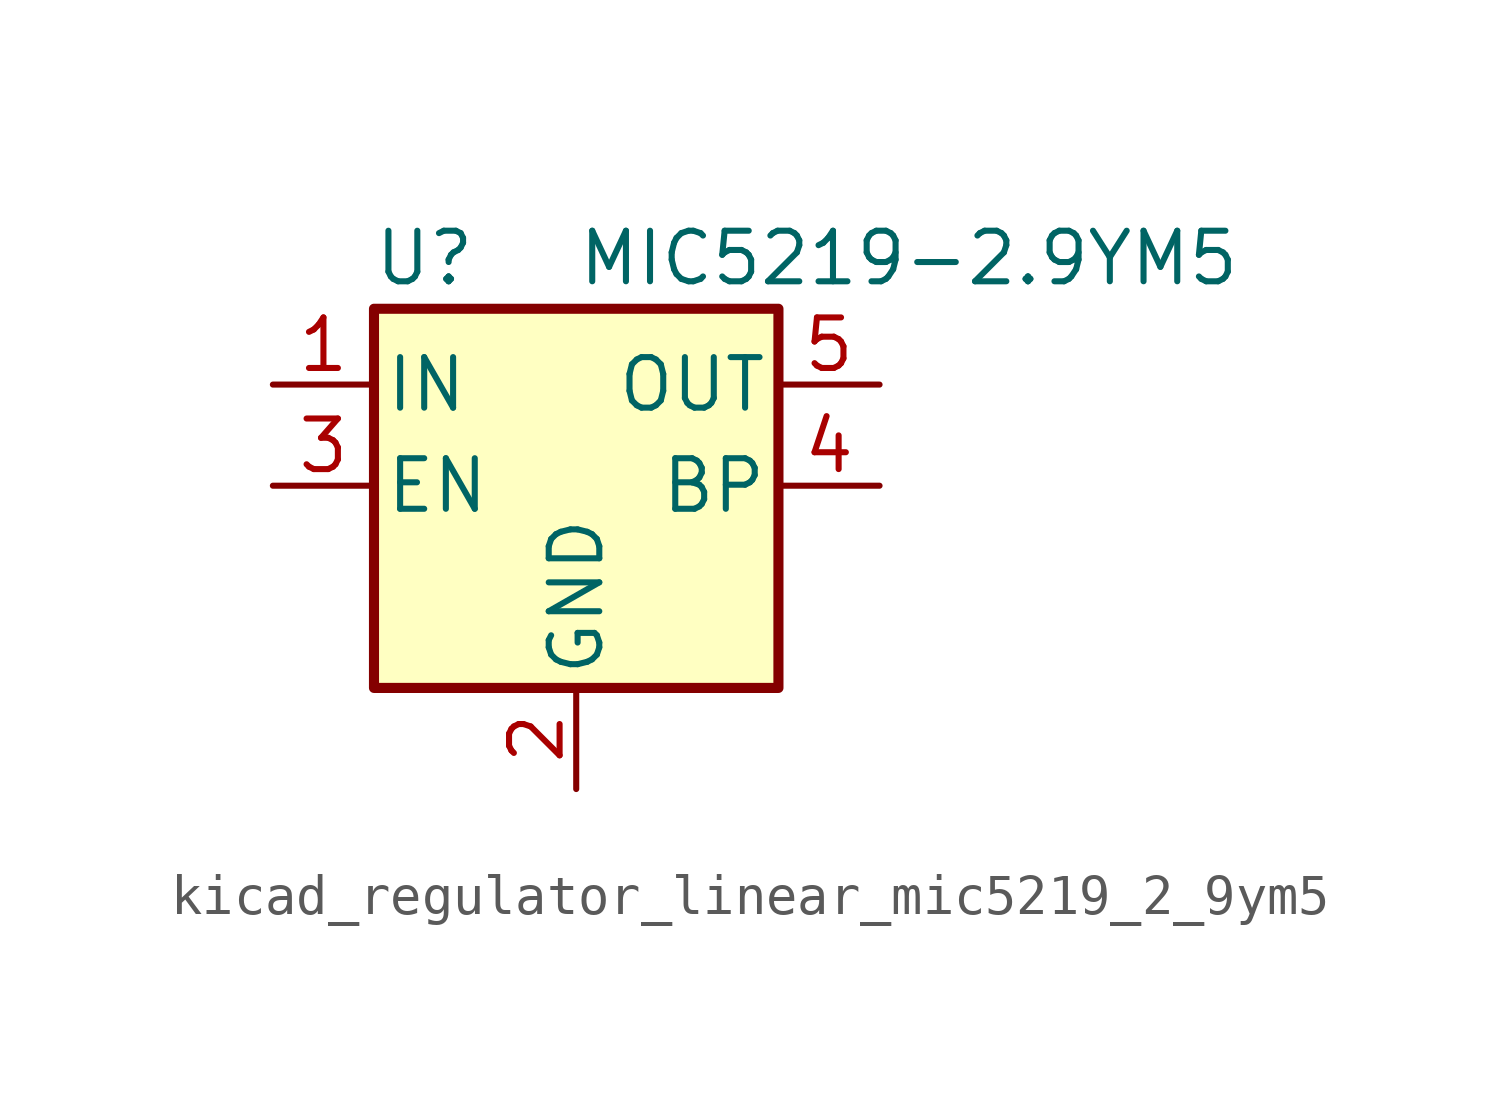
<source format=kicad_sym>
(kicad_symbol_lib
  (version 20220914)
  (generator kicad_symbol_editor)
  (symbol "kicad_regulator_linear_mic5219_2_9ym5"
    (pin_names
      (offset 0.254))
    (property "Reference" "U"
      (at -3.81 5.715 0)
      (effects (font (size 1.27 1.27))))
    (property "Value" "MIC5219-2.9YM5"
      (at 0 5.715 0)
      (effects (font (size 1.27 1.27)) (justify left)))
    (symbol "kicad_regulator_linear_mic5219_2_9ym5_0_1"
      (rectangle (start -5.08 4.445) (end 5.08 -5.08) (stroke (width 0.254) (type default)) (fill (type background))))
    (symbol "kicad_regulator_linear_mic5219_2_9ym5_1_1"
      (pin power_in line (at -7.62 2.54 0) (length 2.54) (name "IN" (effects (font (size 1.27 1.27)))) (number "1" (effects (font (size 1.27 1.27)))))
      (pin power_in line (at 0 -7.62 90) (length 2.54) (name "GND" (effects (font (size 1.27 1.27)))) (number "2" (effects (font (size 1.27 1.27)))))
      (pin input line (at -7.62 0 0) (length 2.54) (name "EN" (effects (font (size 1.27 1.27)))) (number "3" (effects (font (size 1.27 1.27)))))
      (pin input line (at 7.62 0 180) (length 2.54) (name "BP" (effects (font (size 1.27 1.27)))) (number "4" (effects (font (size 1.27 1.27)))))
      (pin power_out line (at 7.62 2.54 180) (length 2.54) (name "OUT" (effects (font (size 1.27 1.27)))) (number "5" (effects (font (size 1.27 1.27))))))))
</source>
